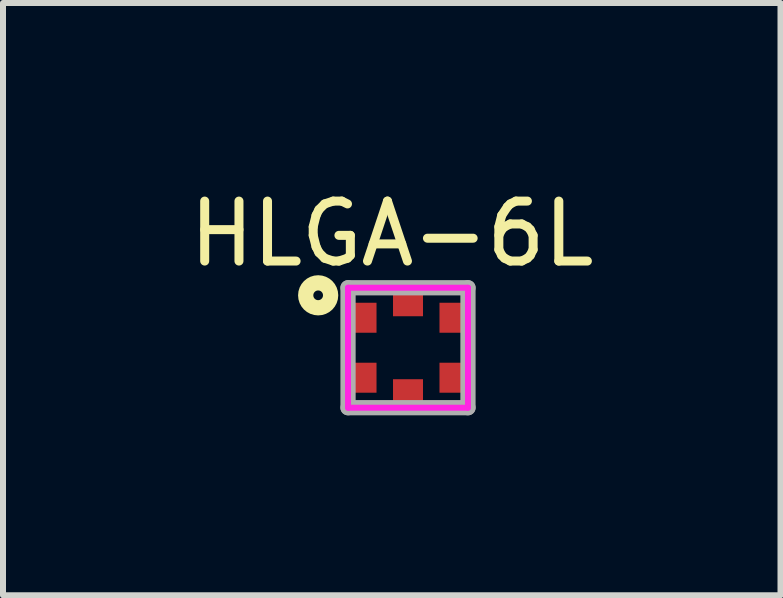
<source format=kicad_pcb>
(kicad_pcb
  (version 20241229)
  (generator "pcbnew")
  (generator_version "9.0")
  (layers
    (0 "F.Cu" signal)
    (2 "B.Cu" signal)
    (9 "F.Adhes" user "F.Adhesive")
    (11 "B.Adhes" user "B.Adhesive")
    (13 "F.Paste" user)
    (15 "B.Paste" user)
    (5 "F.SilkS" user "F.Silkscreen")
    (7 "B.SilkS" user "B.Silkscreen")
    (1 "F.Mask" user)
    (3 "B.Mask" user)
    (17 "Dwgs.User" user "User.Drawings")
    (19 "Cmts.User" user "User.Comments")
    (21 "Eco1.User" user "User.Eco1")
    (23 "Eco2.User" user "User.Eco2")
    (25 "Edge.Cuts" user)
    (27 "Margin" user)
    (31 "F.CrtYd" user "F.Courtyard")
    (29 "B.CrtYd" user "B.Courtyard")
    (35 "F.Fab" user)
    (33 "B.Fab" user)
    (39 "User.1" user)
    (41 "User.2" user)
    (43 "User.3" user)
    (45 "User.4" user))
  (footprint "HLGA-6L"
    (layer "F.Cu")
    (at 3.753 2.748)
    (property "Reference" "HLGA-6L" (at -0.271 -1.9 0) (layer "F.SilkS") (effects (font (size 1 1) (thickness 0.15))))
    (attr smd)
    (fp_circle (center -1.498 -0.874) (end -1.498 -0.793) (stroke (width 0.254) (type solid)) (fill no) (layer "F.SilkS"))
    (fp_line (start -1 -1) (end -1 1) (stroke (width 0.1) (type solid)) (layer "F.CrtYd"))
    (fp_line (start -1 -1) (end 1 -1) (stroke (width 0.1) (type solid)) (layer "F.CrtYd"))
    (fp_line (start 1 -1) (end 1 1) (stroke (width 0.1) (type solid)) (layer "F.CrtYd"))
    (fp_line (start 1 1) (end -1 1) (stroke (width 0.1) (type solid)) (layer "F.CrtYd"))
    (fp_line (start -1 -1) (end 1 -1) (stroke (width 0.254) (type solid)) (layer "F.Fab"))
    (fp_line (start -1 1) (end -1 -1) (stroke (width 0.254) (type solid)) (layer "F.Fab"))
    (fp_line (start 1 -1) (end 1 1) (stroke (width 0.254) (type solid)) (layer "F.Fab"))
    (fp_line (start 1 1) (end -1 1) (stroke (width 0.254) (type solid)) (layer "F.Fab"))
    (pad "1" smd rect (at -0.75 -0.5) (size 0.45 0.5) (layers "F.Cu" "F.Mask" "F.Paste"))
    (pad "2" smd rect (at -0.75 0.5) (size 0.45 0.5) (layers "F.Cu" "F.Mask" "F.Paste"))
    (pad "3" smd rect (at 0 0.75 90) (size 0.45 0.5) (layers "F.Cu" "F.Mask" "F.Paste"))
    (pad "4" smd rect (at 0.75 0.5) (size 0.45 0.5) (layers "F.Cu" "F.Mask" "F.Paste"))
    (pad "5" smd rect (at 0.75 -0.5) (size 0.45 0.5) (layers "F.Cu" "F.Mask" "F.Paste"))
    (pad "6" smd rect (at 0 -0.75 90) (size 0.45 0.5) (layers "F.Cu" "F.Mask" "F.Paste")))
  (gr_rect
    (start -3 -3)
    (end 9.964 6.875)
    (stroke (width 0.1) (type default))
    (fill no)
    (layer "Edge.Cuts")))
</source>
